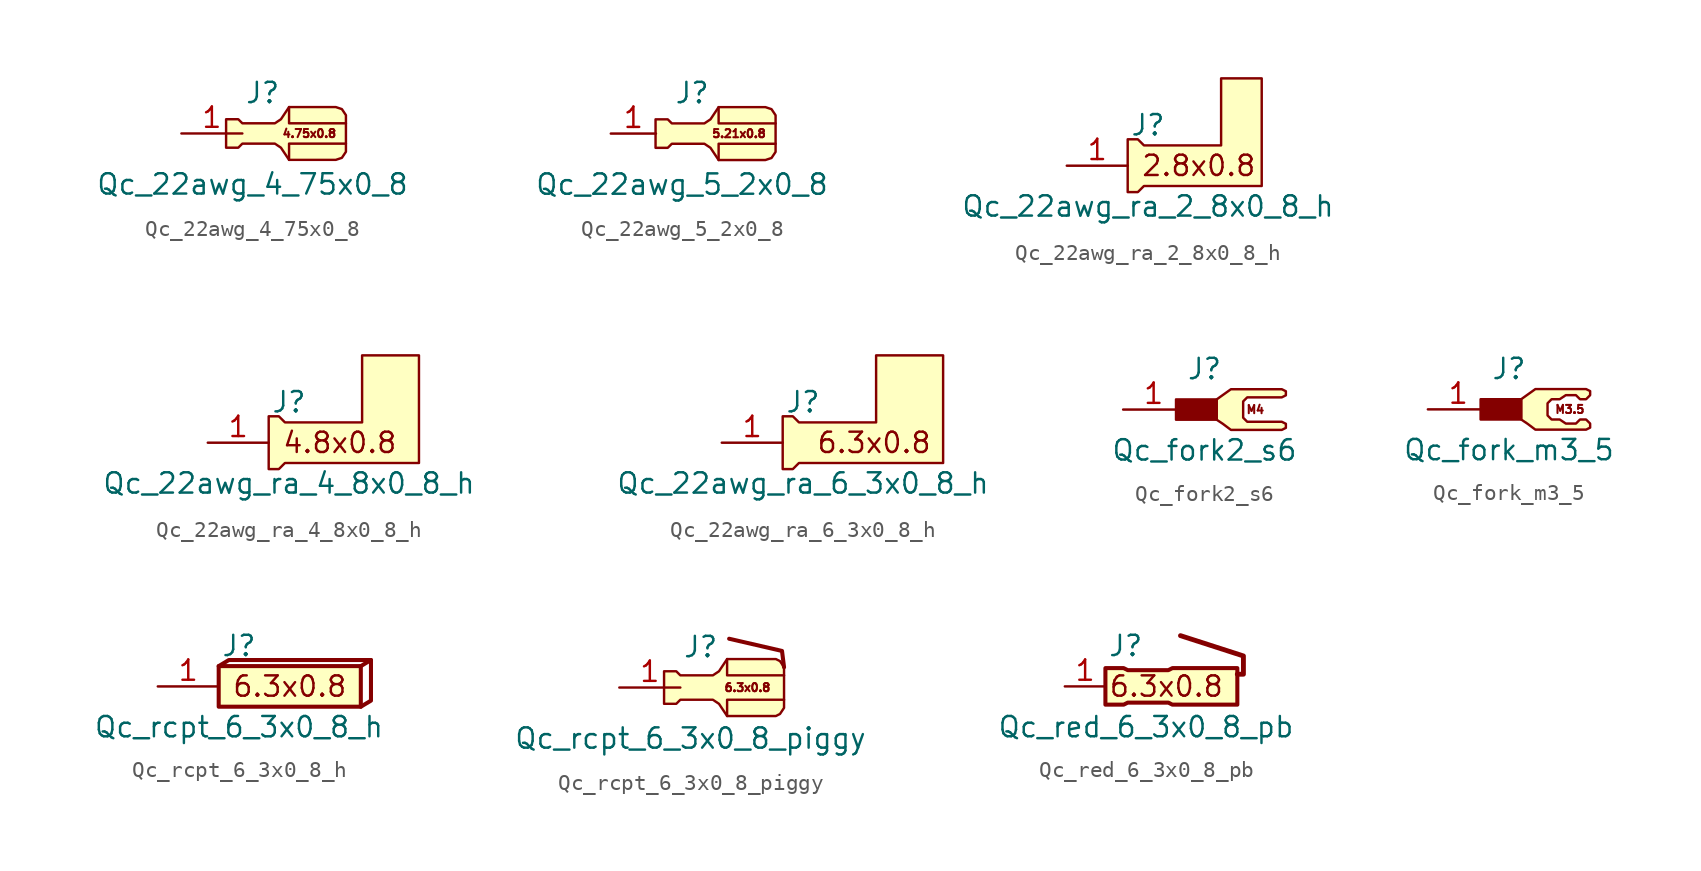
<source format=kicad_sym>
(kicad_symbol_lib
  (version 20220914)
  (generator kicad_symbol_editor)
  (symbol "Qc_22awg_4_75x0_8"
    (pin_names
      (offset 1.016) hide)
    (property "Reference" "J"
      (at 0 2.54 0)
      (effects (font (size 1.27 1.27))))
    (property "Value" "Qc_22awg_4_75x0_8"
      (at -0.635 -3.175 0)
      (effects (font (size 1.27 1.27))))
    (symbol "Qc_22awg_4_75x0_8_0_0"
      (text "4.75x0.8" (at 2.921 0 0) (effects (font (size 0.508 0.508)))))
    (symbol "Qc_22awg_4_75x0_8_0_1"
      (polyline (pts (xy 5.207 -0.635) (xy 1.651 -0.635) (xy 1.651 -1.651)) (stroke (width 0) (type default)) (fill (type none)))
      (polyline (pts (xy 5.207 0.635) (xy 1.651 0.635) (xy 1.651 1.651)) (stroke (width 0) (type default)) (fill (type none)))
      (polyline (pts (xy 4.572 1.651) (xy 1.651 1.651) (xy 1.143 0.889) (xy 0.762 0.635) (xy -1.27 0.635) (xy -1.524 0.889) (xy -2.286 0.889) (xy -2.286 -0.889) (xy -1.524 -0.889) (xy -1.27 -0.635) (xy 0.762 -0.635) (xy 1.143 -0.889) (xy 1.651 -1.651) (xy 4.572 -1.651) (xy 4.953 -1.524) (xy 5.207 -1.143) (xy 5.207 -0.762) (xy 5.207 1.143) (xy 4.953 1.524) (xy 4.572 1.651)) (stroke (width 0) (type default)) (fill (type background))))
    (symbol "Qc_22awg_4_75x0_8_1_1"
      (pin passive line (at -5.08 0 0) (length 3.81) (name "Pin_1" (effects (font (size 1.27 1.27)))) (number "1" (effects (font (size 1.27 1.27)))))))
  (symbol "Qc_22awg_5_2x0_8"
    (pin_names
      (offset 1.016) hide)
    (property "Reference" "J"
      (at 0 2.54 0)
      (effects (font (size 1.27 1.27))))
    (property "Value" "Qc_22awg_5_2x0_8"
      (at -0.635 -3.175 0)
      (effects (font (size 1.27 1.27))))
    (symbol "Qc_22awg_5_2x0_8_0_0"
      (text "5.21x0.8" (at 2.921 0 0) (effects (font (size 0.508 0.508)))))
    (symbol "Qc_22awg_5_2x0_8_0_1"
      (polyline (pts (xy 5.207 -0.635) (xy 1.651 -0.635) (xy 1.651 -1.651)) (stroke (width 0) (type default)) (fill (type none)))
      (polyline (pts (xy 5.207 0.635) (xy 1.651 0.635) (xy 1.651 1.651)) (stroke (width 0) (type default)) (fill (type none)))
      (polyline (pts (xy 4.572 1.651) (xy 1.651 1.651) (xy 1.143 0.889) (xy 0.762 0.635) (xy -1.27 0.635) (xy -1.524 0.889) (xy -2.286 0.889) (xy -2.286 -0.889) (xy -1.524 -0.889) (xy -1.27 -0.635) (xy 0.762 -0.635) (xy 1.143 -0.889) (xy 1.651 -1.651) (xy 4.572 -1.651) (xy 4.953 -1.524) (xy 5.207 -1.143) (xy 5.207 -0.762) (xy 5.207 1.143) (xy 4.953 1.524) (xy 4.572 1.651)) (stroke (width 0) (type default)) (fill (type background))))
    (symbol "Qc_22awg_5_2x0_8_1_1"
      (pin passive line (at -5.08 0 0) (length 2.819) (name "Pin_1" (effects (font (size 1.27 1.27)))) (number "1" (effects (font (size 1.27 1.27)))))))
  (symbol "Qc_22awg_ra_2_8x0_8_h"
    (pin_names
      (offset 1.016) hide)
    (property "Reference" "J"
      (at 0 2.54 0)
      (effects (font (size 1.27 1.27))))
    (property "Value" "Qc_22awg_ra_2_8x0_8_h"
      (at 0 -2.54 0)
      (effects (font (size 1.27 1.27))))
    (symbol "Qc_22awg_ra_2_8x0_8_h_0_0"
      (polyline (pts (xy -0.254 -1.27) (xy -0.635 -1.651) (xy -1.27 -1.651) (xy -1.27 0) (xy -1.27 1.651) (xy -0.635 1.651) (xy -0.254 1.27) (xy 4.572 1.27) (xy 4.572 5.461) (xy 7.112 5.461) (xy 7.112 -1.27) (xy -0.254 -1.27)) (stroke (width 0) (type default)) (fill (type background)))
      (text "2.8x0.8" (at 3.175 0 0) (effects (font (size 1.27 1.27)))))
    (symbol "Qc_22awg_ra_2_8x0_8_h_1_1"
      (pin passive line (at -5.08 0 0) (length 3.81) (name "Pin_1" (effects (font (size 1.27 1.27)))) (number "1" (effects (font (size 1.27 1.27)))))))
  (symbol "Qc_22awg_ra_4_8x0_8_h"
    (pin_names
      (offset 1.016) hide)
    (property "Reference" "J"
      (at 0 2.54 0)
      (effects (font (size 1.27 1.27))))
    (property "Value" "Qc_22awg_ra_4_8x0_8_h"
      (at 0 -2.54 0)
      (effects (font (size 1.27 1.27))))
    (symbol "Qc_22awg_ra_4_8x0_8_h_0_0"
      (polyline (pts (xy -0.254 -1.27) (xy -0.635 -1.651) (xy -1.27 -1.651) (xy -1.27 0) (xy -1.27 1.651) (xy -0.635 1.651) (xy -0.254 1.27) (xy 4.572 1.27) (xy 4.572 5.461) (xy 8.128 5.461) (xy 8.128 -1.27) (xy -0.254 -1.27)) (stroke (width 0) (type default)) (fill (type background)))
      (text "4.8x0.8" (at 3.175 0 0) (effects (font (size 1.27 1.27)))))
    (symbol "Qc_22awg_ra_4_8x0_8_h_1_1"
      (pin passive line (at -5.08 0 0) (length 3.81) (name "Pin_1" (effects (font (size 1.27 1.27)))) (number "1" (effects (font (size 1.27 1.27)))))))
  (symbol "Qc_22awg_ra_6_3x0_8_h"
    (pin_names
      (offset 1.016) hide)
    (property "Reference" "J"
      (at 0 2.54 0)
      (effects (font (size 1.27 1.27))))
    (property "Value" "Qc_22awg_ra_6_3x0_8_h"
      (at 0 -2.54 0)
      (effects (font (size 1.27 1.27))))
    (symbol "Qc_22awg_ra_6_3x0_8_h_0_0"
      (polyline (pts (xy -0.254 -1.27) (xy -0.635 -1.651) (xy -1.27 -1.651) (xy -1.27 0) (xy -1.27 1.651) (xy -0.635 1.651) (xy -0.254 1.27) (xy 4.572 1.27) (xy 4.572 5.461) (xy 8.763 5.461) (xy 8.763 -1.27) (xy -0.254 -1.27)) (stroke (width 0) (type default)) (fill (type background)))
      (text "6.3x0.8" (at 4.445 0 0) (effects (font (size 1.27 1.27)))))
    (symbol "Qc_22awg_ra_6_3x0_8_h_1_1"
      (pin passive line (at -5.08 0 0) (length 3.81) (name "Pin_1" (effects (font (size 1.27 1.27)))) (number "1" (effects (font (size 1.27 1.27)))))))
  (symbol "Qc_fork2_s6"
    (pin_names
      (offset 1.016) hide)
    (property "Reference" "J"
      (at 0 2.54 0)
      (effects (font (size 1.27 1.27))))
    (property "Value" "Qc_fork2_s6"
      (at 0 -2.54 0)
      (effects (font (size 1.27 1.27))))
    (symbol "Qc_fork2_s6_0_0"
      (text "M4" (at 3.175 0 0) (effects (font (size 0.508 0.508)))))
    (symbol "Qc_fork2_s6_0_1"
      (polyline (pts (xy 4.826 1.27) (xy 1.651 1.27) (xy 0.762 0.635) (xy 0.762 0) (xy 0.762 -0.635) (xy 1.143 -0.889) (xy 1.651 -1.27) (xy 4.826 -1.27) (xy 5.08 -1.143) (xy 5.08 -0.889) (xy 4.826 -0.762) (xy 2.667 -0.762) (xy 2.413 -0.508) (xy 2.413 0.508) (xy 2.667 0.762) (xy 4.826 0.762) (xy 5.08 0.889) (xy 5.08 1.143) (xy 4.826 1.27)) (stroke (width 0) (type default)) (fill (type background)))
      (rectangle (start 0.762 -0.635) (end -1.778 0.635) (stroke (width 0) (type default)) (fill (type outline))))
    (symbol "Qc_fork2_s6_1_1"
      (pin passive line (at -5.08 0 0) (length 3.81) (name "Pin_1" (effects (font (size 1.27 1.27)))) (number "1" (effects (font (size 1.27 1.27)))))))
  (symbol "Qc_fork_m3_5"
    (pin_names
      (offset 1.016) hide)
    (property "Reference" "J"
      (at 0 2.54 0)
      (effects (font (size 1.27 1.27))))
    (property "Value" "Qc_fork_m3_5"
      (at 0 -2.54 0)
      (effects (font (size 1.27 1.27))))
    (symbol "Qc_fork_m3_5_0_0"
      (text "M3.5" (at 3.81 0 0) (effects (font (size 0.508 0.508)))))
    (symbol "Qc_fork_m3_5_0_1"
      (polyline (pts (xy 4.826 1.27) (xy 1.651 1.27) (xy 0.762 0.635) (xy 0.762 0) (xy 0.762 -0.635) (xy 1.143 -0.889) (xy 1.651 -1.27) (xy 4.826 -1.27) (xy 5.08 -1.143) (xy 5.08 -0.889) (xy 4.826 -0.635) (xy 4.445 -0.635) (xy 4.191 -0.889) (xy 3.556 -0.889) (xy 3.175 -0.635) (xy 2.667 -0.635) (xy 2.413 -0.381) (xy 2.413 0.381) (xy 2.667 0.635) (xy 3.175 0.635) (xy 3.556 0.889) (xy 4.191 0.889) (xy 4.445 0.635) (xy 4.826 0.635) (xy 5.08 0.889) (xy 5.08 1.143) (xy 4.826 1.27)) (stroke (width 0) (type default)) (fill (type background)))
      (rectangle (start 0.762 -0.635) (end -1.778 0.635) (stroke (width 0) (type default)) (fill (type outline))))
    (symbol "Qc_fork_m3_5_1_1"
      (pin passive line (at -5.08 0 0) (length 3.81) (name "Pin_1" (effects (font (size 1.27 1.27)))) (number "1" (effects (font (size 1.27 1.27)))))))
  (symbol "Qc_rcpt_6_3x0_8_h"
    (pin_names
      (offset 1.016) hide)
    (property "Reference" "J"
      (at 0 2.54 0)
      (effects (font (size 1.27 1.27))))
    (property "Value" "Qc_rcpt_6_3x0_8_h"
      (at 0 -2.54 0)
      (effects (font (size 1.27 1.27))))
    (symbol "Qc_rcpt_6_3x0_8_h_0_0"
      (text "6.3x0.8" (at 3.175 0 0) (effects (font (size 1.27 1.27)))))
    (symbol "Qc_rcpt_6_3x0_8_h_0_1"
      (polyline (pts (xy 7.62 1.27) (xy 8.255 1.651)) (stroke (width 0.254) (type default)) (fill (type none)))
      (polyline (pts (xy -1.27 1.27) (xy -0.635 1.651) (xy 8.255 1.651) (xy 8.255 -0.889) (xy 7.62 -1.27)) (stroke (width 0.254) (type default)) (fill (type none))))
    (symbol "Qc_rcpt_6_3x0_8_h_1_1"
      (rectangle (start -1.27 1.27) (end 7.62 -1.27) (stroke (width 0.254) (type default)) (fill (type background)))
      (pin passive line (at -5.08 0 0) (length 3.81) (name "Pin_1" (effects (font (size 1.27 1.27)))) (number "1" (effects (font (size 1.27 1.27)))))))
  (symbol "Qc_rcpt_6_3x0_8_piggy"
    (pin_names
      (offset 1.016) hide)
    (property "Reference" "J"
      (at 0 2.54 0)
      (effects (font (size 1.27 1.27))))
    (property "Value" "Qc_rcpt_6_3x0_8_piggy"
      (at -0.635 -3.175 0)
      (effects (font (size 1.27 1.27))))
    (symbol "Qc_rcpt_6_3x0_8_piggy_0_0"
      (polyline (pts (xy 5.207 1.27) (xy 5.08 2.286) (xy 1.778 3.048)) (stroke (width 0.254) (type default)) (fill (type none)))
      (text "6.3x0.8" (at 2.921 0 0) (effects (font (size 0.508 0.508)))))
    (symbol "Qc_rcpt_6_3x0_8_piggy_0_1"
      (polyline (pts (xy 5.207 -0.762) (xy 1.651 -0.762) (xy 1.651 -1.778)) (stroke (width 0) (type default)) (fill (type none)))
      (polyline (pts (xy 5.207 0.762) (xy 1.651 0.762) (xy 1.651 1.778)) (stroke (width 0) (type default)) (fill (type none)))
      (polyline (pts (xy 4.699 1.778) (xy 1.651 1.778) (xy 1.143 1.016) (xy 0.762 0.762) (xy -1.27 0.762) (xy -1.524 1.016) (xy -2.286 1.016) (xy -2.286 -1.016) (xy -1.524 -1.016) (xy -1.27 -0.762) (xy 0.762 -0.762) (xy 1.143 -1.016) (xy 1.651 -1.778) (xy 4.699 -1.778) (xy 4.953 -1.651) (xy 5.207 -1.27) (xy 5.207 -0.762) (xy 5.207 1.27) (xy 4.953 1.651) (xy 4.699 1.778)) (stroke (width 0) (type default)) (fill (type background))))
    (symbol "Qc_rcpt_6_3x0_8_piggy_1_1"
      (pin passive line (at -5.08 0 0) (length 3.81) (name "Pin_1" (effects (font (size 1.27 1.27)))) (number "1" (effects (font (size 1.27 1.27)))))))
  (symbol "Qc_red_6_3x0_8_pb"
    (pin_names
      (offset 1.016) hide)
    (property "Reference" "J"
      (at -1.27 2.54 0)
      (effects (font (size 1.27 1.27))))
    (property "Value" "Qc_red_6_3x0_8_pb"
      (at 0 -2.54 0)
      (effects (font (size 1.27 1.27))))
    (symbol "Qc_red_6_3x0_8_pb_0_0"
      (text "6.3x0.8" (at 1.27 0 0) (effects (font (size 1.27 1.27)))))
    (symbol "Qc_red_6_3x0_8_pb_0_1"
      (polyline (pts (xy 5.715 0.762) (xy 6.096 0.762) (xy 6.096 1.905) (xy 2.159 3.175)) (stroke (width 0.305) (type default)) (fill (type none)))
      (polyline (pts (xy -2.54 1.143) (xy -1.397 1.143) (xy -1.143 1.016) (xy 1.397 1.016) (xy 1.651 1.143) (xy 5.715 1.143) (xy 5.715 -1.143) (xy 1.651 -1.143) (xy 1.397 -1.016) (xy -1.143 -1.016) (xy -1.397 -1.143) (xy -2.54 -1.143) (xy -2.54 1.143)) (stroke (width 0.254) (type default)) (fill (type background))))
    (symbol "Qc_red_6_3x0_8_pb_1_1"
      (pin passive line (at -5.08 0 0) (length 2.54) (name "Pin_1" (effects (font (size 1.27 1.27)))) (number "1" (effects (font (size 1.27 1.27))))))))
</source>
